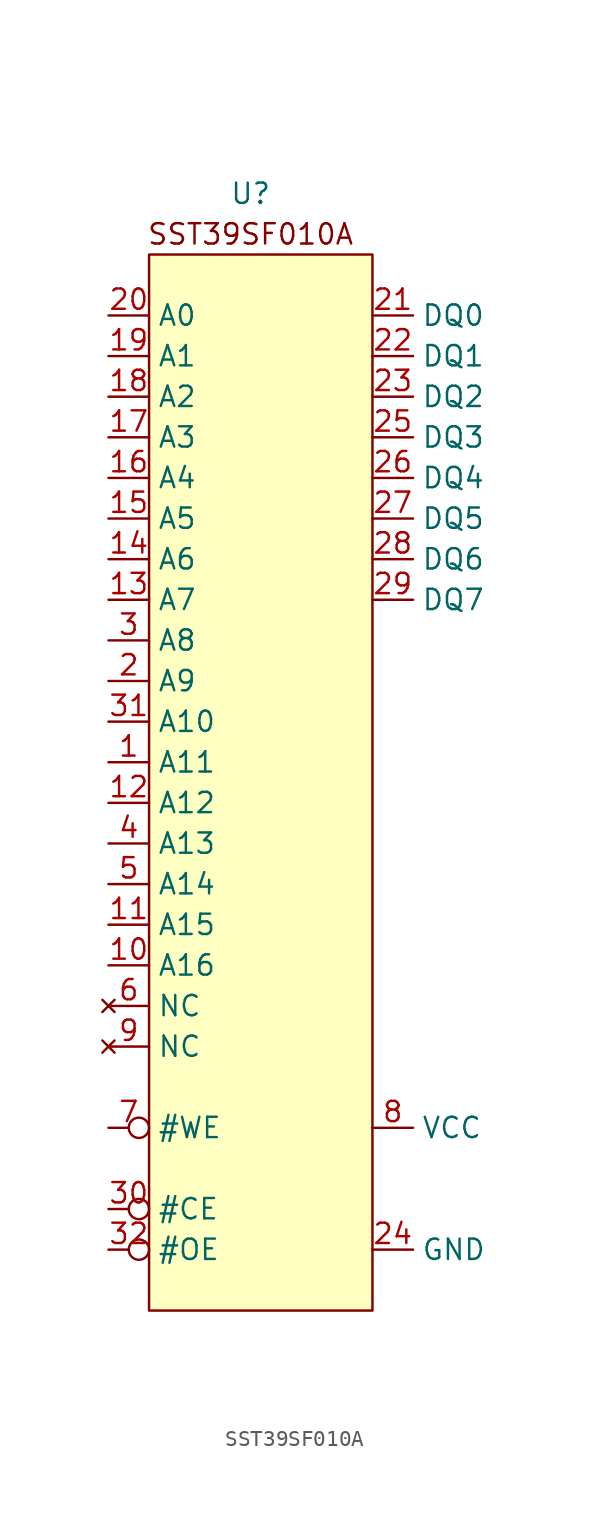
<source format=kicad_sym>
(kicad_symbol_lib
  (version 20220914)
  (generator kicad_symbol_editor)
  (symbol "SST39SF010A"
    (property "Reference" "U"
      (at -1.27 35.56 0)
      (effects (font (size 1.27 1.27))))
    (property "Value" ""
      (at 0 0 0)
      (effects (font (size 1.27 1.27))))
    (symbol "SST39SF010A_1_1"
      (rectangle (start -7.62 31.75) (end 6.35 -34.29) (stroke (width 0) (type default)) (fill (type background)))
      (text "SST39SF010A" (at -1.27 33.02 0) (effects (font (size 1.27 1.27))))
      (pin input line (at -10.16 0 0) (length 2.54) (name "A11" (effects (font (size 1.27 1.27)))) (number "1" (effects (font (size 1.27 1.27)))))
      (pin input line (at -10.16 -12.7 0) (length 2.54) (name "A16" (effects (font (size 1.27 1.27)))) (number "10" (effects (font (size 1.27 1.27)))))
      (pin input line (at -10.16 -10.16 0) (length 2.54) (name "A15" (effects (font (size 1.27 1.27)))) (number "11" (effects (font (size 1.27 1.27)))))
      (pin input line (at -10.16 -2.54 0) (length 2.54) (name "A12" (effects (font (size 1.27 1.27)))) (number "12" (effects (font (size 1.27 1.27)))))
      (pin input line (at -10.16 10.16 0) (length 2.54) (name "A7" (effects (font (size 1.27 1.27)))) (number "13" (effects (font (size 1.27 1.27)))))
      (pin input line (at -10.16 12.7 0) (length 2.54) (name "A6" (effects (font (size 1.27 1.27)))) (number "14" (effects (font (size 1.27 1.27)))))
      (pin input line (at -10.16 15.24 0) (length 2.54) (name "A5" (effects (font (size 1.27 1.27)))) (number "15" (effects (font (size 1.27 1.27)))))
      (pin input line (at -10.16 17.78 0) (length 2.54) (name "A4" (effects (font (size 1.27 1.27)))) (number "16" (effects (font (size 1.27 1.27)))))
      (pin input line (at -10.16 20.32 0) (length 2.54) (name "A3" (effects (font (size 1.27 1.27)))) (number "17" (effects (font (size 1.27 1.27)))))
      (pin input line (at -10.16 22.86 0) (length 2.54) (name "A2" (effects (font (size 1.27 1.27)))) (number "18" (effects (font (size 1.27 1.27)))))
      (pin input line (at -10.16 25.4 0) (length 2.54) (name "A1" (effects (font (size 1.27 1.27)))) (number "19" (effects (font (size 1.27 1.27)))))
      (pin input line (at -10.16 5.08 0) (length 2.54) (name "A9" (effects (font (size 1.27 1.27)))) (number "2" (effects (font (size 1.27 1.27)))))
      (pin input line (at -10.16 27.94 0) (length 2.54) (name "A0" (effects (font (size 1.27 1.27)))) (number "20" (effects (font (size 1.27 1.27)))))
      (pin bidirectional line (at 6.35 27.94 0) (length 2.54) (name "DQ0" (effects (font (size 1.27 1.27)))) (number "21" (effects (font (size 1.27 1.27)))))
      (pin bidirectional line (at 6.35 25.4 0) (length 2.54) (name "DQ1" (effects (font (size 1.27 1.27)))) (number "22" (effects (font (size 1.27 1.27)))))
      (pin bidirectional line (at 6.35 22.86 0) (length 2.54) (name "DQ2" (effects (font (size 1.27 1.27)))) (number "23" (effects (font (size 1.27 1.27)))))
      (pin power_in line (at 6.35 -30.48 0) (length 2.54) (name "GND" (effects (font (size 1.27 1.27)))) (number "24" (effects (font (size 1.27 1.27)))))
      (pin bidirectional line (at 6.35 20.32 0) (length 2.54) (name "DQ3" (effects (font (size 1.27 1.27)))) (number "25" (effects (font (size 1.27 1.27)))))
      (pin bidirectional line (at 6.35 17.78 0) (length 2.54) (name "DQ4" (effects (font (size 1.27 1.27)))) (number "26" (effects (font (size 1.27 1.27)))))
      (pin bidirectional line (at 6.35 15.24 0) (length 2.54) (name "DQ5" (effects (font (size 1.27 1.27)))) (number "27" (effects (font (size 1.27 1.27)))))
      (pin bidirectional line (at 6.35 12.7 0) (length 2.54) (name "DQ6" (effects (font (size 1.27 1.27)))) (number "28" (effects (font (size 1.27 1.27)))))
      (pin bidirectional line (at 6.35 10.16 0) (length 2.54) (name "DQ7" (effects (font (size 1.27 1.27)))) (number "29" (effects (font (size 1.27 1.27)))))
      (pin input line (at -10.16 7.62 0) (length 2.54) (name "A8" (effects (font (size 1.27 1.27)))) (number "3" (effects (font (size 1.27 1.27)))))
      (pin input inverted (at -10.16 -27.94 0) (length 2.54) (name "#CE" (effects (font (size 1.27 1.27)))) (number "30" (effects (font (size 1.27 1.27)))))
      (pin input line (at -10.16 2.54 0) (length 2.54) (name "A10" (effects (font (size 1.27 1.27)))) (number "31" (effects (font (size 1.27 1.27)))))
      (pin input inverted (at -10.16 -30.48 0) (length 2.54) (name "#OE" (effects (font (size 1.27 1.27)))) (number "32" (effects (font (size 1.27 1.27)))))
      (pin input line (at -10.16 -5.08 0) (length 2.54) (name "A13" (effects (font (size 1.27 1.27)))) (number "4" (effects (font (size 1.27 1.27)))))
      (pin input line (at -10.16 -7.62 0) (length 2.54) (name "A14" (effects (font (size 1.27 1.27)))) (number "5" (effects (font (size 1.27 1.27)))))
      (pin no_connect line (at -10.16 -15.24 0) (length 2.54) (name "NC" (effects (font (size 1.27 1.27)))) (number "6" (effects (font (size 1.27 1.27)))))
      (pin input inverted (at -10.16 -22.86 0) (length 2.54) (name "#WE" (effects (font (size 1.27 1.27)))) (number "7" (effects (font (size 1.27 1.27)))))
      (pin power_in line (at 6.35 -22.86 0) (length 2.54) (name "VCC" (effects (font (size 1.27 1.27)))) (number "8" (effects (font (size 1.27 1.27)))))
      (pin no_connect line (at -10.16 -17.78 0) (length 2.54) (name "NC" (effects (font (size 1.27 1.27)))) (number "9" (effects (font (size 1.27 1.27))))))))
</source>
